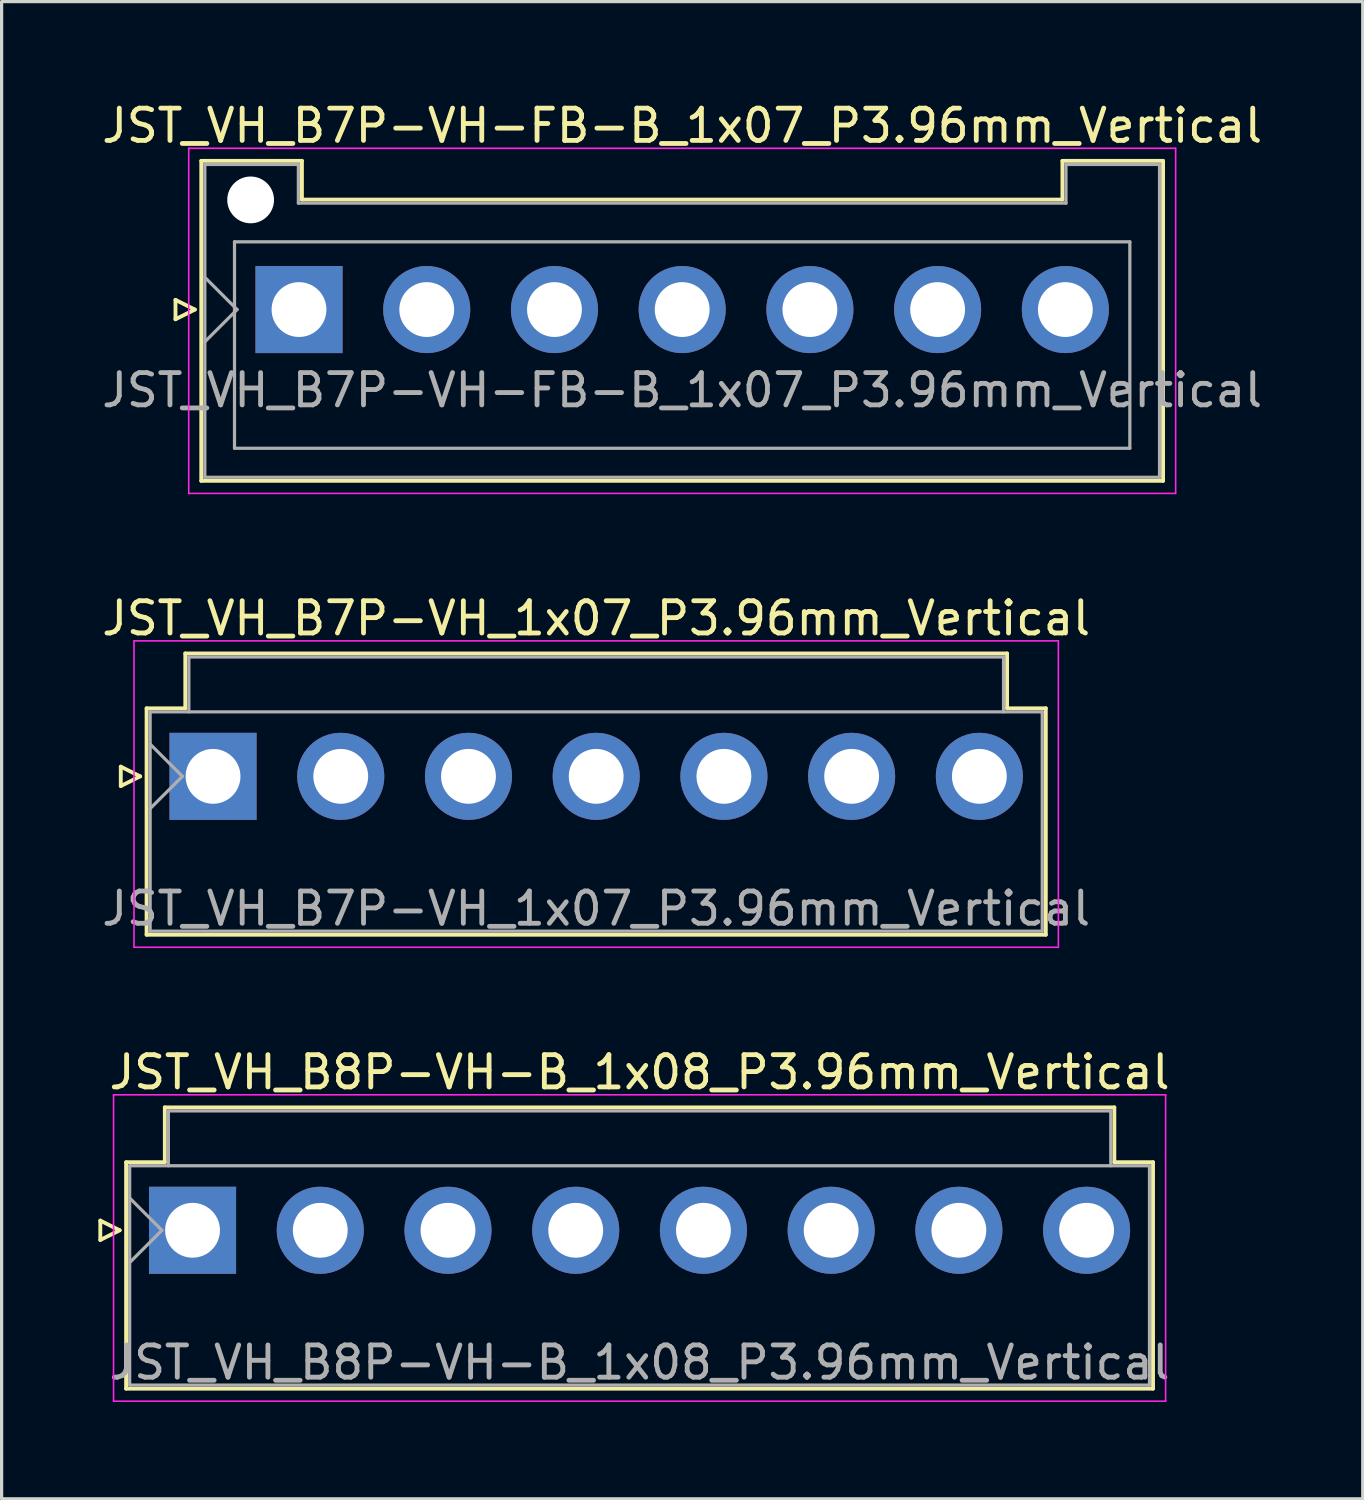
<source format=kicad_pcb>
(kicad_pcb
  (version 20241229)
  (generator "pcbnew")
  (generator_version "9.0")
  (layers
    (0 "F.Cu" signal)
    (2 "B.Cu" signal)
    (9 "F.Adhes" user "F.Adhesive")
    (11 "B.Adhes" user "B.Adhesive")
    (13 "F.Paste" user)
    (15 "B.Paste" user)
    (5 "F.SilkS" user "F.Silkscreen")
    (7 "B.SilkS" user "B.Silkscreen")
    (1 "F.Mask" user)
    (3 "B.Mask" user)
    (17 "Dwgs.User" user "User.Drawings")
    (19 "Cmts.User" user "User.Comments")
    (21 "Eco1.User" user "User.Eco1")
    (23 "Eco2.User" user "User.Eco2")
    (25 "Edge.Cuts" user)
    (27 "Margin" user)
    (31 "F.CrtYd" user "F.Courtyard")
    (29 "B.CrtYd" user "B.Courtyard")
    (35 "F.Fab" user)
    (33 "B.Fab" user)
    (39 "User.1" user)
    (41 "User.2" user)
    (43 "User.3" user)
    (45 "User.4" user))
  (footprint "JST_VH_B7P-VH-FB-B_1x07_P3.96mm_Vertical"
    (layer "F.Cu")
    (at 6.221 6.548)
    (property "Reference" "JST_VH_B7P-VH-FB-B_1x07_P3.96mm_Vertical" (at 11.88 -5.7 0) (layer "F.SilkS") (effects (font (size 1 1) (thickness 0.15))))
    (attr through_hole)
    (fp_line (start -3.83 -0.3) (end -3.23 0) (stroke (width 0.12) (type solid)) (layer "F.SilkS"))
    (fp_line (start -3.83 0.3) (end -3.83 -0.3) (stroke (width 0.12) (type solid)) (layer "F.SilkS"))
    (fp_line (start -3.23 0) (end -3.83 0.3) (stroke (width 0.12) (type solid)) (layer "F.SilkS"))
    (fp_line (start -3.03 -4.61) (end 0.09 -4.61) (stroke (width 0.12) (type solid)) (layer "F.SilkS"))
    (fp_line (start -3.03 5.31) (end -3.03 -4.61) (stroke (width 0.12) (type solid)) (layer "F.SilkS"))
    (fp_line (start 0.09 -4.61) (end 0.09 -3.41) (stroke (width 0.12) (type solid)) (layer "F.SilkS"))
    (fp_line (start 0.09 -3.41) (end 23.67 -3.41) (stroke (width 0.12) (type solid)) (layer "F.SilkS"))
    (fp_line (start 23.67 -4.61) (end 26.79 -4.61) (stroke (width 0.12) (type solid)) (layer "F.SilkS"))
    (fp_line (start 23.67 -3.41) (end 23.67 -4.61) (stroke (width 0.12) (type solid)) (layer "F.SilkS"))
    (fp_line (start 26.79 -4.61) (end 26.79 5.31) (stroke (width 0.12) (type solid)) (layer "F.SilkS"))
    (fp_line (start 26.79 5.31) (end -3.03 5.31) (stroke (width 0.12) (type solid)) (layer "F.SilkS"))
    (fp_line (start -3.42 -5) (end -3.42 5.7) (stroke (width 0.05) (type solid)) (layer "F.CrtYd"))
    (fp_line (start -3.42 5.7) (end 27.18 5.7) (stroke (width 0.05) (type solid)) (layer "F.CrtYd"))
    (fp_line (start 27.18 -5) (end -3.42 -5) (stroke (width 0.05) (type solid)) (layer "F.CrtYd"))
    (fp_line (start 27.18 5.7) (end 27.18 -5) (stroke (width 0.05) (type solid)) (layer "F.CrtYd"))
    (fp_line (start -2.92 -4.5) (end -0.02 -4.5) (stroke (width 0.1) (type solid)) (layer "F.Fab"))
    (fp_line (start -2.92 -1) (end -1.92 0) (stroke (width 0.1) (type solid)) (layer "F.Fab"))
    (fp_line (start -2.92 1) (end -1.92 0) (stroke (width 0.1) (type solid)) (layer "F.Fab"))
    (fp_line (start -2.92 5.2) (end -2.92 -4.5) (stroke (width 0.1) (type solid)) (layer "F.Fab"))
    (fp_line (start -2 -2.1) (end 25.76 -2.1) (stroke (width 0.1) (type solid)) (layer "F.Fab"))
    (fp_line (start -2 4.3) (end -2 -2.1) (stroke (width 0.1) (type solid)) (layer "F.Fab"))
    (fp_line (start -0.02 -4.5) (end -0.02 -3.3) (stroke (width 0.1) (type solid)) (layer "F.Fab"))
    (fp_line (start -0.02 -3.3) (end 23.78 -3.3) (stroke (width 0.1) (type solid)) (layer "F.Fab"))
    (fp_line (start 23.78 -4.5) (end 26.68 -4.5) (stroke (width 0.1) (type solid)) (layer "F.Fab"))
    (fp_line (start 23.78 -3.3) (end 23.78 -4.5) (stroke (width 0.1) (type solid)) (layer "F.Fab"))
    (fp_line (start 25.76 -2.1) (end 25.76 4.3) (stroke (width 0.1) (type solid)) (layer "F.Fab"))
    (fp_line (start 25.76 4.3) (end -2 4.3) (stroke (width 0.1) (type solid)) (layer "F.Fab"))
    (fp_line (start 26.68 -4.5) (end 26.68 5.2) (stroke (width 0.1) (type solid)) (layer "F.Fab"))
    (fp_line (start 26.68 5.2) (end -2.92 5.2) (stroke (width 0.1) (type solid)) (layer "F.Fab"))
    (fp_text user "${REFERENCE}" (at 11.88 2.5 0) (layer "F.Fab") (effects (font (size 1 1) (thickness 0.15))))
    (pad "" np_thru_hole circle (at -1.5 -3.4) (size 1.45 1.45) (drill 1.45) (layers "*.Cu" "*.Mask"))
    (pad "1" thru_hole rect (at 0 0) (size 2.7 2.7) (drill 1.7) (layers "*.Cu" "*.Mask"))
    (pad "2" thru_hole circle (at 3.96 0) (size 2.7 2.7) (drill 1.7) (layers "*.Cu" "*.Mask"))
    (pad "3" thru_hole circle (at 7.92 0) (size 2.7 2.7) (drill 1.7) (layers "*.Cu" "*.Mask"))
    (pad "4" thru_hole circle (at 11.88 0) (size 2.7 2.7) (drill 1.7) (layers "*.Cu" "*.Mask"))
    (pad "5" thru_hole circle (at 15.84 0) (size 2.7 2.7) (drill 1.7) (layers "*.Cu" "*.Mask"))
    (pad "6" thru_hole circle (at 19.8 0) (size 2.7 2.7) (drill 1.7) (layers "*.Cu" "*.Mask"))
    (pad "7" thru_hole circle (at 23.76 0) (size 2.7 2.7) (drill 1.7) (layers "*.Cu" "*.Mask")))
  (footprint "JST_VH_B7P-VH_1x07_P3.96mm_Vertical"
    (layer "F.Cu")
    (at 3.555 21.021)
    (property "Reference" "JST_VH_B7P-VH_1x07_P3.96mm_Vertical" (at 11.88 -4.9 0) (layer "F.SilkS") (effects (font (size 1 1) (thickness 0.15))))
    (attr through_hole)
    (fp_line (start -2.86 -0.3) (end -2.26 0) (stroke (width 0.12) (type solid)) (layer "F.SilkS"))
    (fp_line (start -2.86 0.3) (end -2.86 -0.3) (stroke (width 0.12) (type solid)) (layer "F.SilkS"))
    (fp_line (start -2.26 0) (end -2.86 0.3) (stroke (width 0.12) (type solid)) (layer "F.SilkS"))
    (fp_line (start -2.06 -2.11) (end -0.86 -2.11) (stroke (width 0.12) (type solid)) (layer "F.SilkS"))
    (fp_line (start -2.06 4.91) (end -2.06 -2.11) (stroke (width 0.12) (type solid)) (layer "F.SilkS"))
    (fp_line (start -0.86 -3.81) (end 24.62 -3.81) (stroke (width 0.12) (type solid)) (layer "F.SilkS"))
    (fp_line (start -0.86 -2.11) (end -0.86 -3.81) (stroke (width 0.12) (type solid)) (layer "F.SilkS"))
    (fp_line (start 24.62 -3.81) (end 24.62 -2.11) (stroke (width 0.12) (type solid)) (layer "F.SilkS"))
    (fp_line (start 24.62 -2.11) (end 25.82 -2.11) (stroke (width 0.12) (type solid)) (layer "F.SilkS"))
    (fp_line (start 25.82 -2.11) (end 25.82 4.91) (stroke (width 0.12) (type solid)) (layer "F.SilkS"))
    (fp_line (start 25.82 4.91) (end -2.06 4.91) (stroke (width 0.12) (type solid)) (layer "F.SilkS"))
    (fp_line (start -2.45 -4.2) (end -2.45 5.3) (stroke (width 0.05) (type solid)) (layer "F.CrtYd"))
    (fp_line (start -2.45 5.3) (end 26.21 5.3) (stroke (width 0.05) (type solid)) (layer "F.CrtYd"))
    (fp_line (start 26.21 -4.2) (end -2.45 -4.2) (stroke (width 0.05) (type solid)) (layer "F.CrtYd"))
    (fp_line (start 26.21 5.3) (end 26.21 -4.2) (stroke (width 0.05) (type solid)) (layer "F.CrtYd"))
    (fp_line (start -1.95 -2) (end -1.95 4.8) (stroke (width 0.1) (type solid)) (layer "F.Fab"))
    (fp_line (start -1.95 -1) (end -0.95 0) (stroke (width 0.1) (type solid)) (layer "F.Fab"))
    (fp_line (start -1.95 1) (end -0.95 0) (stroke (width 0.1) (type solid)) (layer "F.Fab"))
    (fp_line (start -1.95 4.8) (end 25.71 4.8) (stroke (width 0.1) (type solid)) (layer "F.Fab"))
    (fp_line (start -0.75 -3.7) (end 24.51 -3.7) (stroke (width 0.1) (type solid)) (layer "F.Fab"))
    (fp_line (start -0.75 -2) (end -0.75 -3.7) (stroke (width 0.1) (type solid)) (layer "F.Fab"))
    (fp_line (start 24.51 -3.7) (end 24.51 -2) (stroke (width 0.1) (type solid)) (layer "F.Fab"))
    (fp_line (start 25.71 -2) (end -1.95 -2) (stroke (width 0.1) (type solid)) (layer "F.Fab"))
    (fp_line (start 25.71 4.8) (end 25.71 -2) (stroke (width 0.1) (type solid)) (layer "F.Fab"))
    (fp_text user "${REFERENCE}" (at 11.88 4.1 0) (layer "F.Fab") (effects (font (size 1 1) (thickness 0.15))))
    (pad "1" thru_hole rect (at 0 0) (size 2.7 2.7) (drill 1.7) (layers "*.Cu" "*.Mask"))
    (pad "2" thru_hole circle (at 3.96 0) (size 2.7 2.7) (drill 1.7) (layers "*.Cu" "*.Mask"))
    (pad "3" thru_hole circle (at 7.92 0) (size 2.7 2.7) (drill 1.7) (layers "*.Cu" "*.Mask"))
    (pad "4" thru_hole circle (at 11.88 0) (size 2.7 2.7) (drill 1.7) (layers "*.Cu" "*.Mask"))
    (pad "5" thru_hole circle (at 15.84 0) (size 2.7 2.7) (drill 1.7) (layers "*.Cu" "*.Mask"))
    (pad "6" thru_hole circle (at 19.8 0) (size 2.7 2.7) (drill 1.7) (layers "*.Cu" "*.Mask"))
    (pad "7" thru_hole circle (at 23.76 0) (size 2.7 2.7) (drill 1.7) (layers "*.Cu" "*.Mask")))
  (footprint "JST_VH_B8P-VH-B_1x08_P3.96mm_Vertical"
    (layer "F.Cu")
    (at 2.92 35.095)
    (property "Reference" "JST_VH_B8P-VH-B_1x08_P3.96mm_Vertical" (at 13.86 -4.9 0) (layer "F.SilkS") (effects (font (size 1 1) (thickness 0.15))))
    (attr through_hole)
    (fp_line (start -2.86 -0.3) (end -2.26 0) (stroke (width 0.12) (type solid)) (layer "F.SilkS"))
    (fp_line (start -2.86 0.3) (end -2.86 -0.3) (stroke (width 0.12) (type solid)) (layer "F.SilkS"))
    (fp_line (start -2.26 0) (end -2.86 0.3) (stroke (width 0.12) (type solid)) (layer "F.SilkS"))
    (fp_line (start -2.06 -2.11) (end -0.86 -2.11) (stroke (width 0.12) (type solid)) (layer "F.SilkS"))
    (fp_line (start -2.06 4.91) (end -2.06 -2.11) (stroke (width 0.12) (type solid)) (layer "F.SilkS"))
    (fp_line (start -0.86 -3.81) (end 28.58 -3.81) (stroke (width 0.12) (type solid)) (layer "F.SilkS"))
    (fp_line (start -0.86 -2.11) (end -0.86 -3.81) (stroke (width 0.12) (type solid)) (layer "F.SilkS"))
    (fp_line (start 28.58 -3.81) (end 28.58 -2.11) (stroke (width 0.12) (type solid)) (layer "F.SilkS"))
    (fp_line (start 28.58 -2.11) (end 29.78 -2.11) (stroke (width 0.12) (type solid)) (layer "F.SilkS"))
    (fp_line (start 29.78 -2.11) (end 29.78 4.91) (stroke (width 0.12) (type solid)) (layer "F.SilkS"))
    (fp_line (start 29.78 4.91) (end -2.06 4.91) (stroke (width 0.12) (type solid)) (layer "F.SilkS"))
    (fp_line (start -2.45 -4.2) (end -2.45 5.3) (stroke (width 0.05) (type solid)) (layer "F.CrtYd"))
    (fp_line (start -2.45 5.3) (end 30.17 5.3) (stroke (width 0.05) (type solid)) (layer "F.CrtYd"))
    (fp_line (start 30.17 -4.2) (end -2.45 -4.2) (stroke (width 0.05) (type solid)) (layer "F.CrtYd"))
    (fp_line (start 30.17 5.3) (end 30.17 -4.2) (stroke (width 0.05) (type solid)) (layer "F.CrtYd"))
    (fp_line (start -1.95 -2) (end -1.95 4.8) (stroke (width 0.1) (type solid)) (layer "F.Fab"))
    (fp_line (start -1.95 -1) (end -0.95 0) (stroke (width 0.1) (type solid)) (layer "F.Fab"))
    (fp_line (start -1.95 1) (end -0.95 0) (stroke (width 0.1) (type solid)) (layer "F.Fab"))
    (fp_line (start -1.95 4.8) (end 29.67 4.8) (stroke (width 0.1) (type solid)) (layer "F.Fab"))
    (fp_line (start -0.75 -3.7) (end 28.47 -3.7) (stroke (width 0.1) (type solid)) (layer "F.Fab"))
    (fp_line (start -0.75 -2) (end -0.75 -3.7) (stroke (width 0.1) (type solid)) (layer "F.Fab"))
    (fp_line (start 28.47 -3.7) (end 28.47 -2) (stroke (width 0.1) (type solid)) (layer "F.Fab"))
    (fp_line (start 29.67 -2) (end -1.95 -2) (stroke (width 0.1) (type solid)) (layer "F.Fab"))
    (fp_line (start 29.67 4.8) (end 29.67 -2) (stroke (width 0.1) (type solid)) (layer "F.Fab"))
    (fp_text user "${REFERENCE}" (at 13.86 4.1 0) (layer "F.Fab") (effects (font (size 1 1) (thickness 0.15))))
    (pad "1" thru_hole rect (at 0 0) (size 2.7 2.7) (drill 1.7) (layers "*.Cu" "*.Mask"))
    (pad "2" thru_hole circle (at 3.96 0) (size 2.7 2.7) (drill 1.7) (layers "*.Cu" "*.Mask"))
    (pad "3" thru_hole circle (at 7.92 0) (size 2.7 2.7) (drill 1.7) (layers "*.Cu" "*.Mask"))
    (pad "4" thru_hole circle (at 11.88 0) (size 2.7 2.7) (drill 1.7) (layers "*.Cu" "*.Mask"))
    (pad "5" thru_hole circle (at 15.84 0) (size 2.7 2.7) (drill 1.7) (layers "*.Cu" "*.Mask"))
    (pad "6" thru_hole circle (at 19.8 0) (size 2.7 2.7) (drill 1.7) (layers "*.Cu" "*.Mask"))
    (pad "7" thru_hole circle (at 23.76 0) (size 2.7 2.7) (drill 1.7) (layers "*.Cu" "*.Mask"))
    (pad "8" thru_hole circle (at 27.72 0) (size 2.7 2.7) (drill 1.7) (layers "*.Cu" "*.Mask")))
  (gr_rect
    (start -3 -3)
    (end 39.202 43.42)
    (stroke (width 0.1) (type default))
    (fill no)
    (layer "Edge.Cuts")))
</source>
